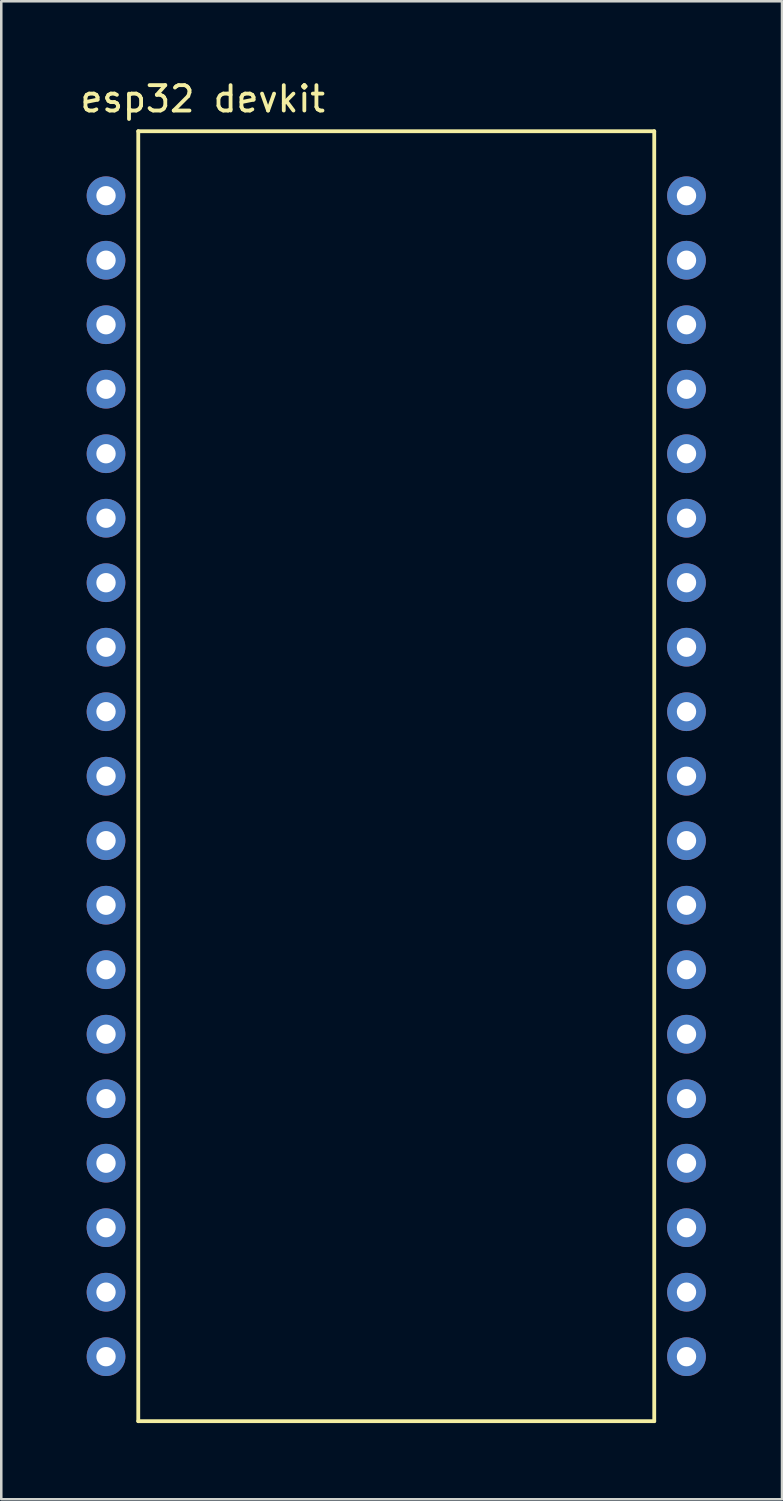
<source format=kicad_pcb>
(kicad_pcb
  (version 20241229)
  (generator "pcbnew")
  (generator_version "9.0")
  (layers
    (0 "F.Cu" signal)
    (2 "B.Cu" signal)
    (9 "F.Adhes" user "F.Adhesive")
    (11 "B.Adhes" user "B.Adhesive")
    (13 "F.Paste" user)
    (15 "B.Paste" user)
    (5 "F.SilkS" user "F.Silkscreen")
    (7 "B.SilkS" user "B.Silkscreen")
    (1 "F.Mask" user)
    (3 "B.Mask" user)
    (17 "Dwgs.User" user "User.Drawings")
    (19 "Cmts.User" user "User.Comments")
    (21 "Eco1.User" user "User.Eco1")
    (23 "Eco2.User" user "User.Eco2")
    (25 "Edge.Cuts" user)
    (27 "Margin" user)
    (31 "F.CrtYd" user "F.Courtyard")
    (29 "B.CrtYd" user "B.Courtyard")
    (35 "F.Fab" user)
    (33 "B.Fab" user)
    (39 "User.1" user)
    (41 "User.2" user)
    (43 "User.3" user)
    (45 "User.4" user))
  (footprint "esp32 devkit"
    (layer "F.Cu")
    (at 16.365 2.118)
    (property "Reference" "esp32 devkit" (at -11.43 -1.27 0) (layer "F.SilkS") (effects (font (size 1 1) (thickness 0.15))))
    (attr through_hole)
    (fp_line (start -13.97 50.8) (end -13.97 0) (stroke (width 0.15) (type solid)) (layer "F.SilkS"))
    (fp_line (start 6.35 0) (end -13.97 0) (stroke (width 0.15) (type solid)) (layer "F.SilkS"))
    (fp_line (start 6.35 0) (end 6.35 50.8) (stroke (width 0.15) (type solid)) (layer "F.SilkS"))
    (fp_line (start 6.35 50.8) (end -13.97 50.8) (stroke (width 0.15) (type solid)) (layer "F.SilkS"))
    (pad "1" thru_hole circle (at -15.24 2.54) (size 1.524 1.524) (drill 0.762) (layers "*.Cu" "*.Mask"))
    (pad "2" thru_hole circle (at -15.24 5.08) (size 1.524 1.524) (drill 0.762) (layers "*.Cu" "*.Mask"))
    (pad "3" thru_hole circle (at -15.24 7.62) (size 1.524 1.524) (drill 0.762) (layers "*.Cu" "*.Mask"))
    (pad "4" thru_hole circle (at -15.24 10.16) (size 1.524 1.524) (drill 0.762) (layers "*.Cu" "*.Mask"))
    (pad "5" thru_hole circle (at -15.24 12.7) (size 1.524 1.524) (drill 0.762) (layers "*.Cu" "*.Mask"))
    (pad "6" thru_hole circle (at -15.24 15.24) (size 1.524 1.524) (drill 0.762) (layers "*.Cu" "*.Mask"))
    (pad "7" thru_hole circle (at -15.24 17.78) (size 1.524 1.524) (drill 0.762) (layers "*.Cu" "*.Mask"))
    (pad "8" thru_hole circle (at -15.24 20.32) (size 1.524 1.524) (drill 0.762) (layers "*.Cu" "*.Mask"))
    (pad "9" thru_hole circle (at -15.24 22.86) (size 1.524 1.524) (drill 0.762) (layers "*.Cu" "*.Mask"))
    (pad "10" thru_hole circle (at -15.24 25.4) (size 1.524 1.524) (drill 0.762) (layers "*.Cu" "*.Mask"))
    (pad "11" thru_hole circle (at -15.24 27.94) (size 1.524 1.524) (drill 0.762) (layers "*.Cu" "*.Mask"))
    (pad "12" thru_hole circle (at -15.24 30.48) (size 1.524 1.524) (drill 0.762) (layers "*.Cu" "*.Mask"))
    (pad "13" thru_hole circle (at -15.24 33.02) (size 1.524 1.524) (drill 0.762) (layers "*.Cu" "*.Mask"))
    (pad "14" thru_hole circle (at -15.24 35.56) (size 1.524 1.524) (drill 0.762) (layers "*.Cu" "*.Mask"))
    (pad "15" thru_hole circle (at -15.24 38.1) (size 1.524 1.524) (drill 0.762) (layers "*.Cu" "*.Mask"))
    (pad "16" thru_hole circle (at -15.24 40.64) (size 1.524 1.524) (drill 0.762) (layers "*.Cu" "*.Mask"))
    (pad "17" thru_hole circle (at -15.24 43.18) (size 1.524 1.524) (drill 0.762) (layers "*.Cu" "*.Mask"))
    (pad "18" thru_hole circle (at -15.24 45.72) (size 1.524 1.524) (drill 0.762) (layers "*.Cu" "*.Mask"))
    (pad "19" thru_hole circle (at -15.24 48.26) (size 1.524 1.524) (drill 0.762) (layers "*.Cu" "*.Mask"))
    (pad "20" thru_hole circle (at 7.62 48.26) (size 1.524 1.524) (drill 0.762) (layers "*.Cu" "*.Mask"))
    (pad "21" thru_hole circle (at 7.62 45.72) (size 1.524 1.524) (drill 0.762) (layers "*.Cu" "*.Mask"))
    (pad "22" thru_hole circle (at 7.62 43.18) (size 1.524 1.524) (drill 0.762) (layers "*.Cu" "*.Mask"))
    (pad "23" thru_hole circle (at 7.62 40.64) (size 1.524 1.524) (drill 0.762) (layers "*.Cu" "*.Mask"))
    (pad "24" thru_hole circle (at 7.62 38.1) (size 1.524 1.524) (drill 0.762) (layers "*.Cu" "*.Mask"))
    (pad "25" thru_hole circle (at 7.62 35.56) (size 1.524 1.524) (drill 0.762) (layers "*.Cu" "*.Mask"))
    (pad "26" thru_hole circle (at 7.62 33.02) (size 1.524 1.524) (drill 0.762) (layers "*.Cu" "*.Mask"))
    (pad "27" thru_hole circle (at 7.62 30.48) (size 1.524 1.524) (drill 0.762) (layers "*.Cu" "*.Mask"))
    (pad "28" thru_hole circle (at 7.62 27.94) (size 1.524 1.524) (drill 0.762) (layers "*.Cu" "*.Mask"))
    (pad "29" thru_hole circle (at 7.62 25.4) (size 1.524 1.524) (drill 0.762) (layers "*.Cu" "*.Mask"))
    (pad "30" thru_hole circle (at 7.62 22.86) (size 1.524 1.524) (drill 0.762) (layers "*.Cu" "*.Mask"))
    (pad "31" thru_hole circle (at 7.62 20.32) (size 1.524 1.524) (drill 0.762) (layers "*.Cu" "*.Mask"))
    (pad "32" thru_hole circle (at 7.62 17.78) (size 1.524 1.524) (drill 0.762) (layers "*.Cu" "*.Mask"))
    (pad "33" thru_hole circle (at 7.62 15.24) (size 1.524 1.524) (drill 0.762) (layers "*.Cu" "*.Mask"))
    (pad "34" thru_hole circle (at 7.62 12.7) (size 1.524 1.524) (drill 0.762) (layers "*.Cu" "*.Mask"))
    (pad "35" thru_hole circle (at 7.62 10.16) (size 1.524 1.524) (drill 0.762) (layers "*.Cu" "*.Mask"))
    (pad "36" thru_hole circle (at 7.62 7.62) (size 1.524 1.524) (drill 0.762) (layers "*.Cu" "*.Mask"))
    (pad "37" thru_hole circle (at 7.62 5.08) (size 1.524 1.524) (drill 0.762) (layers "*.Cu" "*.Mask"))
    (pad "38" thru_hole circle (at 7.62 2.54) (size 1.524 1.524) (drill 0.762) (layers "*.Cu" "*.Mask")))
  (gr_rect
    (start -3 -3)
    (end 27.747 55.993)
    (stroke (width 0.1) (type default))
    (fill no)
    (layer "Edge.Cuts")))
</source>
